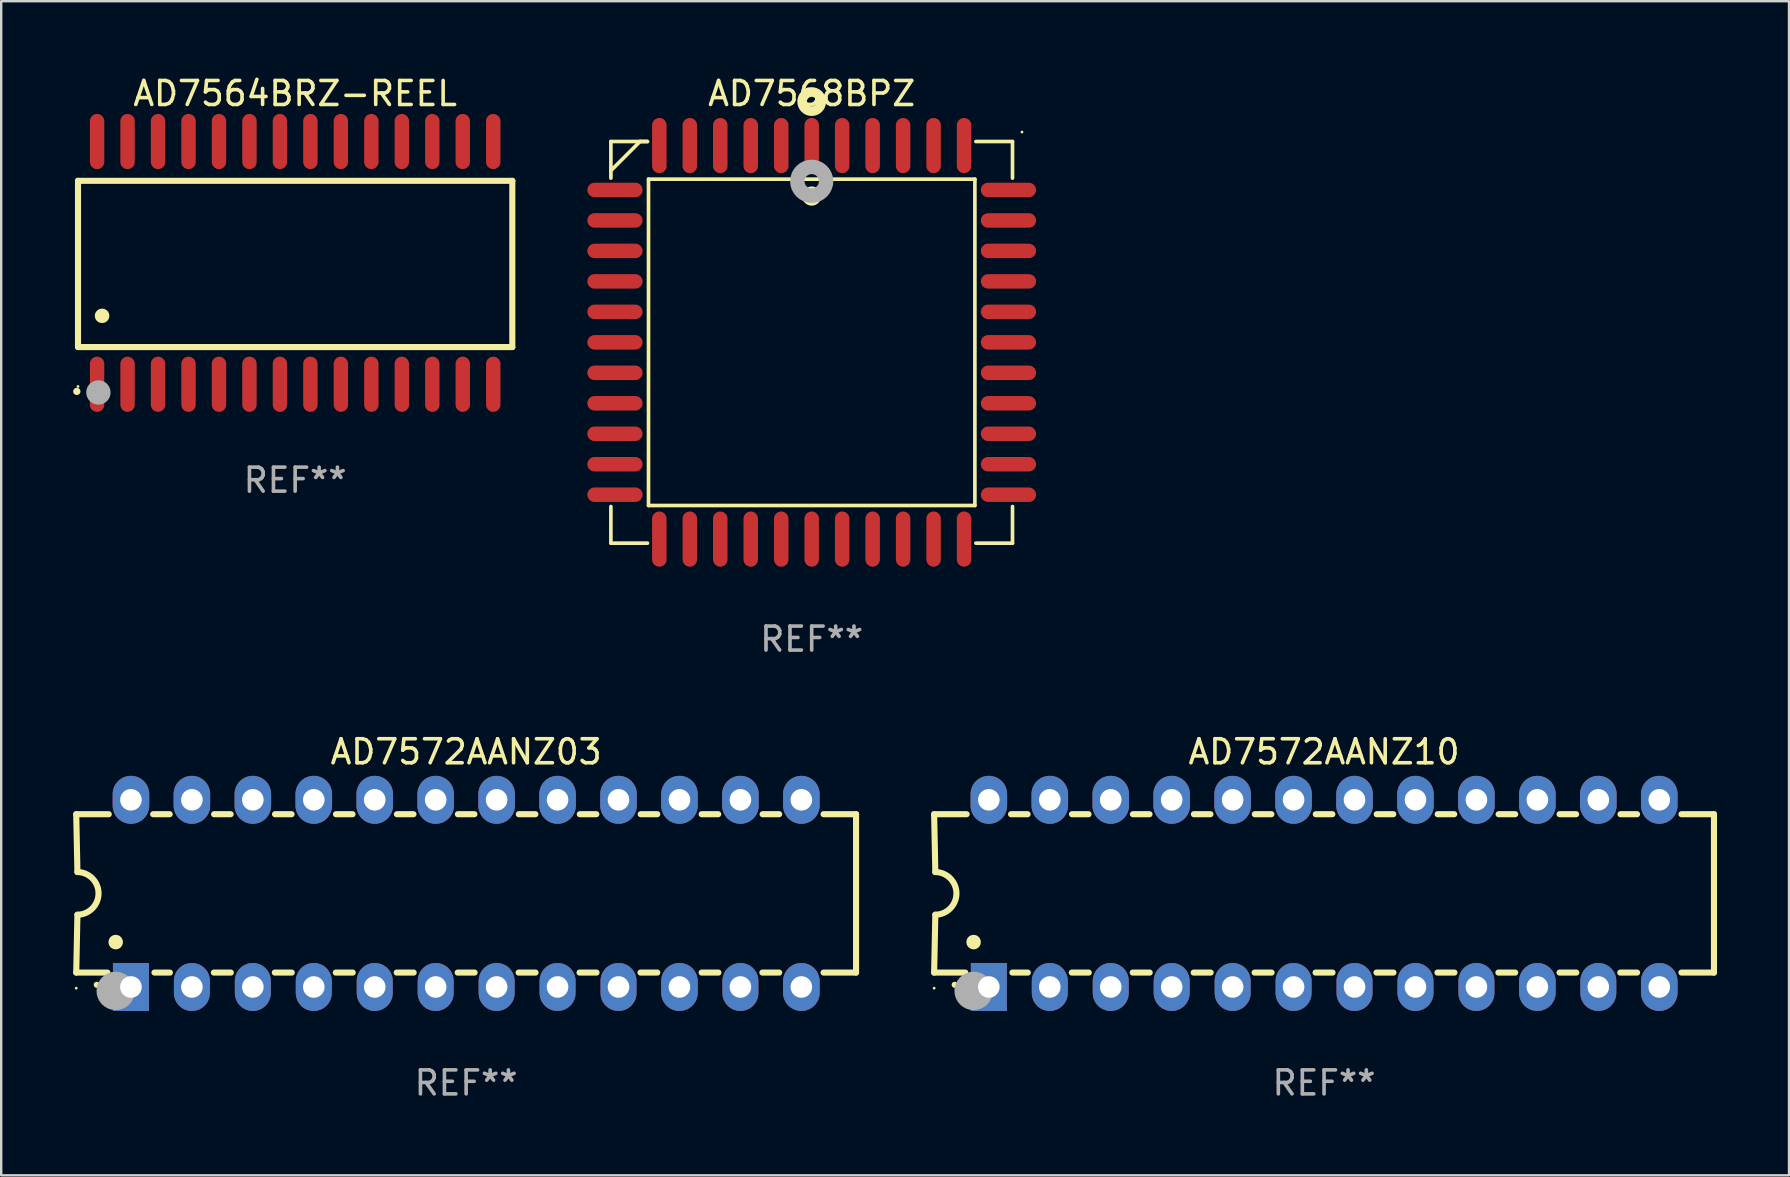
<source format=kicad_pcb>
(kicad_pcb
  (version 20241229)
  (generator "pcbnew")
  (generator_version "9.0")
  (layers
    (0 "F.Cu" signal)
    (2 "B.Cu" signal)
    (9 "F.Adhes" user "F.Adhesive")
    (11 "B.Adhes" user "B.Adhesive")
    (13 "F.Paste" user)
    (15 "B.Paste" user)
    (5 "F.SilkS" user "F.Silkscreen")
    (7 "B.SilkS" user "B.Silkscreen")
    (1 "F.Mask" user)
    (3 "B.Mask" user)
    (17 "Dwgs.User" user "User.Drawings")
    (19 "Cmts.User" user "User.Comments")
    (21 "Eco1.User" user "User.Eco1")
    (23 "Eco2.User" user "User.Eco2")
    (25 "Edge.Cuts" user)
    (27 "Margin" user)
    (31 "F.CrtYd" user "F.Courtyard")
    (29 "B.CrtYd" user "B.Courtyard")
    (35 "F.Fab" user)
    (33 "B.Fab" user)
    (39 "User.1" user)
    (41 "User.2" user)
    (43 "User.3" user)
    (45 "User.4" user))
  (footprint "AD7572AANZ03"
    (layer "F.Cu")
    (at 16.377 34.183)
    (property "Reference" "AD7572AANZ03" (at 0 -5.9 0) (layer "F.SilkS") (effects (font (size 1 1) (thickness 0.15))))
    (attr through_hole)
    (fp_line (start -16.25 -3.3) (end -16.2 -0.889) (stroke (width 0.254) (type solid)) (layer "F.SilkS"))
    (fp_line (start -16.25 -3.3) (end -14.895 -3.3) (stroke (width 0.254) (type solid)) (layer "F.SilkS"))
    (fp_line (start -16.25 3.3) (end -16.2 0.889) (stroke (width 0.254) (type solid)) (layer "F.SilkS"))
    (fp_line (start -16.25 3.3) (end -14.951 3.3) (stroke (width 0.254) (type solid)) (layer "F.SilkS"))
    (fp_line (start -13.045 -3.3) (end -12.355 -3.3) (stroke (width 0.254) (type solid)) (layer "F.SilkS"))
    (fp_line (start -12.989 3.3) (end -12.347 3.3) (stroke (width 0.254) (type solid)) (layer "F.SilkS"))
    (fp_line (start -10.514 3.3) (end -9.807 3.3) (stroke (width 0.254) (type solid)) (layer "F.SilkS"))
    (fp_line (start -10.505 -3.3) (end -9.815 -3.3) (stroke (width 0.254) (type solid)) (layer "F.SilkS"))
    (fp_line (start -7.974 3.3) (end -7.267 3.3) (stroke (width 0.254) (type solid)) (layer "F.SilkS"))
    (fp_line (start -7.965 -3.3) (end -7.275 -3.3) (stroke (width 0.254) (type solid)) (layer "F.SilkS"))
    (fp_line (start -5.434 3.3) (end -4.727 3.3) (stroke (width 0.254) (type solid)) (layer "F.SilkS"))
    (fp_line (start -5.425 -3.3) (end -4.735 -3.3) (stroke (width 0.254) (type solid)) (layer "F.SilkS"))
    (fp_line (start -2.894 3.3) (end -2.187 3.3) (stroke (width 0.254) (type solid)) (layer "F.SilkS"))
    (fp_line (start -2.885 -3.3) (end -2.195 -3.3) (stroke (width 0.254) (type solid)) (layer "F.SilkS"))
    (fp_line (start -0.354 3.3) (end 0.353 3.3) (stroke (width 0.254) (type solid)) (layer "F.SilkS"))
    (fp_line (start -0.345 -3.3) (end 0.345 -3.3) (stroke (width 0.254) (type solid)) (layer "F.SilkS"))
    (fp_line (start 2.186 3.3) (end 2.893 3.3) (stroke (width 0.254) (type solid)) (layer "F.SilkS"))
    (fp_line (start 2.195 -3.3) (end 2.885 -3.3) (stroke (width 0.254) (type solid)) (layer "F.SilkS"))
    (fp_line (start 4.726 3.3) (end 5.434 3.3) (stroke (width 0.254) (type solid)) (layer "F.SilkS"))
    (fp_line (start 4.735 -3.3) (end 5.425 -3.3) (stroke (width 0.254) (type solid)) (layer "F.SilkS"))
    (fp_line (start 7.266 3.3) (end 7.965 3.3) (stroke (width 0.254) (type solid)) (layer "F.SilkS"))
    (fp_line (start 7.275 -3.3) (end 7.965 -3.3) (stroke (width 0.254) (type solid)) (layer "F.SilkS"))
    (fp_line (start 9.815 -3.3) (end 10.505 -3.3) (stroke (width 0.254) (type solid)) (layer "F.SilkS"))
    (fp_line (start 9.815 3.3) (end 10.514 3.3) (stroke (width 0.254) (type solid)) (layer "F.SilkS"))
    (fp_line (start 12.346 3.3) (end 13.045 3.3) (stroke (width 0.254) (type solid)) (layer "F.SilkS"))
    (fp_line (start 12.355 -3.3) (end 13.045 -3.3) (stroke (width 0.254) (type solid)) (layer "F.SilkS"))
    (fp_line (start 16.25 -3.3) (end 14.895 -3.3) (stroke (width 0.254) (type solid)) (layer "F.SilkS"))
    (fp_line (start 16.25 -3.3) (end 16.25 3.3) (stroke (width 0.254) (type solid)) (layer "F.SilkS"))
    (fp_line (start 16.25 3.3) (end 14.895 3.3) (stroke (width 0.254) (type solid)) (layer "F.SilkS"))
    (fp_arc (start -16.201016 -0.890146) (mid -15.311429 -0.001055) (end -16.200025 0.889027) (stroke (width 0.254001) (type solid)) (layer "F.SilkS"))
    (fp_arc (start -15.394971 3.810033) (mid -15.394978 3.808763) (end -15.394971 3.807493) (stroke (width 0.25) (type solid)) (layer "F.SilkS"))
    (fp_arc (start -14.605029 2.032029) (mid -14.60504 2.029489) (end -14.605029 2.026949) (stroke (width 0.6) (type solid)) (layer "F.SilkS"))
    (fp_circle (center -16.25 3.95) (end -16.22 3.95) (stroke (width 0.06) (type solid)) (fill no) (layer "F.SilkS"))
    (fp_circle (center -14.605 4.064) (end -14.205 4.064) (stroke (width 0.8) (type solid)) (fill no) (layer "F.Fab"))
    (fp_text user "REF**" (at 0 7.9 0) (layer "F.Fab") (effects (font (size 1 1) (thickness 0.15))))
    (pad "1" thru_hole rect (at -13.97 3.9 90) (size 2 1.5) (drill 0.9) (layers "*.Cu" "*.Mask"))
    (pad "2" thru_hole oval (at -11.43 3.9 90) (size 2 1.5) (drill 0.9) (layers "*.Cu" "*.Mask"))
    (pad "3" thru_hole oval (at -8.89 3.9 90) (size 2 1.5) (drill 0.9) (layers "*.Cu" "*.Mask"))
    (pad "4" thru_hole oval (at -6.35 3.9 90) (size 2 1.5) (drill 0.9) (layers "*.Cu" "*.Mask"))
    (pad "5" thru_hole oval (at -3.81 3.9 90) (size 2 1.5) (drill 0.9) (layers "*.Cu" "*.Mask"))
    (pad "6" thru_hole oval (at -1.27 3.9 90) (size 2 1.5) (drill 0.9) (layers "*.Cu" "*.Mask"))
    (pad "7" thru_hole oval (at 1.27 3.9 90) (size 2 1.5) (drill 0.9) (layers "*.Cu" "*.Mask"))
    (pad "8" thru_hole oval (at 3.81 3.9 90) (size 2 1.5) (drill 0.9) (layers "*.Cu" "*.Mask"))
    (pad "9" thru_hole oval (at 6.35 3.9 90) (size 2 1.5) (drill 0.9) (layers "*.Cu" "*.Mask"))
    (pad "10" thru_hole oval (at 8.89 3.9 90) (size 2 1.524) (drill 0.9) (layers "*.Cu" "*.Mask"))
    (pad "11" thru_hole oval (at 11.43 3.9 90) (size 2 1.5) (drill 0.9) (layers "*.Cu" "*.Mask"))
    (pad "12" thru_hole oval (at 13.97 3.9 90) (size 2 1.524) (drill 0.9) (layers "*.Cu" "*.Mask"))
    (pad "13" thru_hole oval (at 13.97 -3.9 90) (size 2 1.524) (drill 0.9) (layers "*.Cu" "*.Mask"))
    (pad "14" thru_hole oval (at 11.43 -3.9 90) (size 2 1.524) (drill 0.9) (layers "*.Cu" "*.Mask"))
    (pad "15" thru_hole oval (at 8.89 -3.9 90) (size 2 1.524) (drill 0.9) (layers "*.Cu" "*.Mask"))
    (pad "16" thru_hole oval (at 6.35 -3.9 90) (size 2 1.524) (drill 0.9) (layers "*.Cu" "*.Mask"))
    (pad "17" thru_hole oval (at 3.81 -3.9 90) (size 2 1.524) (drill 0.9) (layers "*.Cu" "*.Mask"))
    (pad "18" thru_hole oval (at 1.27 -3.9 90) (size 2 1.524) (drill 0.9) (layers "*.Cu" "*.Mask"))
    (pad "19" thru_hole oval (at -1.27 -3.9 90) (size 2 1.524) (drill 0.9) (layers "*.Cu" "*.Mask"))
    (pad "20" thru_hole oval (at -3.81 -3.9 90) (size 2 1.524) (drill 0.9) (layers "*.Cu" "*.Mask"))
    (pad "21" thru_hole oval (at -6.35 -3.9 90) (size 2 1.524) (drill 0.9) (layers "*.Cu" "*.Mask"))
    (pad "22" thru_hole oval (at -8.89 -3.9 90) (size 2 1.524) (drill 0.9) (layers "*.Cu" "*.Mask"))
    (pad "23" thru_hole oval (at -11.43 -3.9 90) (size 2 1.524) (drill 0.9) (layers "*.Cu" "*.Mask"))
    (pad "24" thru_hole oval (at -13.97 -3.9 90) (size 2 1.524) (drill 0.9) (layers "*.Cu" "*.Mask")))
  (footprint "AD7568BPZ"
    (layer "F.Cu")
    (at 30.778 11.217)
    (property "Reference" "AD7568BPZ" (at 0 -10.369 0) (layer "F.SilkS") (effects (font (size 1 1) (thickness 0.15))))
    (attr through_hole)
    (fp_line (start -8.369 -8.369) (end -8.369 -6.843) (stroke (width 0.152) (type solid)) (layer "F.SilkS"))
    (fp_line (start -8.369 8.369) (end -8.369 6.843) (stroke (width 0.152) (type solid)) (layer "F.SilkS"))
    (fp_line (start -7.156 -8.369) (end -8.369 -7.156) (stroke (width 0.152) (type solid)) (layer "F.SilkS"))
    (fp_line (start -6.843 -8.369) (end -8.369 -8.369) (stroke (width 0.152) (type solid)) (layer "F.SilkS"))
    (fp_line (start -6.843 -8.369) (end -7.156 -8.369) (stroke (width 0.152) (type solid)) (layer "F.SilkS"))
    (fp_line (start -6.843 8.369) (end -8.369 8.369) (stroke (width 0.152) (type solid)) (layer "F.SilkS"))
    (fp_line (start -6.801 -6.801) (end 6.801 -6.801) (stroke (width 0.152) (type solid)) (layer "F.SilkS"))
    (fp_line (start -6.801 6.801) (end -6.801 -6.801) (stroke (width 0.152) (type solid)) (layer "F.SilkS"))
    (fp_line (start 6.801 -6.801) (end 6.801 6.801) (stroke (width 0.152) (type solid)) (layer "F.SilkS"))
    (fp_line (start 6.801 6.801) (end -6.801 6.801) (stroke (width 0.152) (type solid)) (layer "F.SilkS"))
    (fp_line (start 6.843 -8.369) (end 8.369 -8.369) (stroke (width 0.152) (type solid)) (layer "F.SilkS"))
    (fp_line (start 6.843 8.369) (end 8.369 8.369) (stroke (width 0.152) (type solid)) (layer "F.SilkS"))
    (fp_line (start 8.369 -8.369) (end 8.369 -6.843) (stroke (width 0.152) (type solid)) (layer "F.SilkS"))
    (fp_line (start 8.369 8.369) (end 8.369 6.843) (stroke (width 0.152) (type solid)) (layer "F.SilkS"))
    (fp_circle (center -0.000013 -6.096) (end 0.2 -6.096) (stroke (width 0.4) (type solid)) (fill no) (layer "F.SilkS"))
    (fp_circle (center 0.000114 -10.033) (end 0.2 -10.033) (stroke (width 0.4) (type solid)) (fill no) (layer "F.SilkS"))
    (fp_circle (center 8.763 -8.763) (end 8.793 -8.763) (stroke (width 0.06) (type solid)) (fill no) (layer "F.SilkS"))
    (fp_circle (center 0.000114 -6.712) (end 0.3 -6.712) (stroke (width 0.6) (type solid)) (fill no) (layer "F.Fab"))
    (fp_text user "REF**" (at 0 12.369 0) (layer "F.Fab") (effects (font (size 1 1) (thickness 0.15))))
    (pad "1" smd oval (at 0.000114 -8.2) (size 0.604 2.3) (layers "F.Cu" "F.Mask" "F.Paste"))
    (pad "2" smd oval (at -1.27 -8.2) (size 0.604 2.3) (layers "F.Cu" "F.Mask" "F.Paste"))
    (pad "3" smd oval (at -2.54 -8.2) (size 0.604 2.3) (layers "F.Cu" "F.Mask" "F.Paste"))
    (pad "4" smd oval (at -3.81 -8.2) (size 0.604 2.3) (layers "F.Cu" "F.Mask" "F.Paste"))
    (pad "5" smd oval (at -5.08 -8.2) (size 0.604 2.3) (layers "F.Cu" "F.Mask" "F.Paste"))
    (pad "6" smd oval (at -6.35 -8.2) (size 0.604 2.3) (layers "F.Cu" "F.Mask" "F.Paste"))
    (pad "7" smd oval (at -8.2 -6.35) (size 2.3 0.604) (layers "F.Cu" "F.Mask" "F.Paste"))
    (pad "8" smd oval (at -8.2 -5.08) (size 2.3 0.604) (layers "F.Cu" "F.Mask" "F.Paste"))
    (pad "9" smd oval (at -8.2 -3.81) (size 2.3 0.604) (layers "F.Cu" "F.Mask" "F.Paste"))
    (pad "10" smd oval (at -8.2 -2.54) (size 2.3 0.604) (layers "F.Cu" "F.Mask" "F.Paste"))
    (pad "11" smd oval (at -8.2 -1.27) (size 2.3 0.604) (layers "F.Cu" "F.Mask" "F.Paste"))
    (pad "12" smd oval (at -8.2 0.000127) (size 2.3 0.604) (layers "F.Cu" "F.Mask" "F.Paste"))
    (pad "13" smd oval (at -8.2 1.27) (size 2.3 0.604) (layers "F.Cu" "F.Mask" "F.Paste"))
    (pad "14" smd oval (at -8.2 2.54) (size 2.3 0.604) (layers "F.Cu" "F.Mask" "F.Paste"))
    (pad "15" smd oval (at -8.2 3.81) (size 2.3 0.604) (layers "F.Cu" "F.Mask" "F.Paste"))
    (pad "16" smd oval (at -8.2 5.08) (size 2.3 0.604) (layers "F.Cu" "F.Mask" "F.Paste"))
    (pad "17" smd oval (at -8.2 6.35) (size 2.3 0.604) (layers "F.Cu" "F.Mask" "F.Paste"))
    (pad "18" smd oval (at -6.35 8.2) (size 0.604 2.3) (layers "F.Cu" "F.Mask" "F.Paste"))
    (pad "19" smd oval (at -5.08 8.2) (size 0.604 2.3) (layers "F.Cu" "F.Mask" "F.Paste"))
    (pad "20" smd oval (at -3.81 8.2) (size 0.604 2.3) (layers "F.Cu" "F.Mask" "F.Paste"))
    (pad "21" smd oval (at -2.54 8.2) (size 0.604 2.3) (layers "F.Cu" "F.Mask" "F.Paste"))
    (pad "22" smd oval (at -1.27 8.2) (size 0.604 2.3) (layers "F.Cu" "F.Mask" "F.Paste"))
    (pad "23" smd oval (at 0.000114 8.2) (size 0.604 2.3) (layers "F.Cu" "F.Mask" "F.Paste"))
    (pad "24" smd oval (at 1.27 8.2) (size 0.604 2.3) (layers "F.Cu" "F.Mask" "F.Paste"))
    (pad "25" smd oval (at 2.54 8.2) (size 0.604 2.3) (layers "F.Cu" "F.Mask" "F.Paste"))
    (pad "26" smd oval (at 3.81 8.2) (size 0.604 2.3) (layers "F.Cu" "F.Mask" "F.Paste"))
    (pad "27" smd oval (at 5.08 8.2) (size 0.604 2.3) (layers "F.Cu" "F.Mask" "F.Paste"))
    (pad "28" smd oval (at 6.35 8.2) (size 0.604 2.3) (layers "F.Cu" "F.Mask" "F.Paste"))
    (pad "29" smd oval (at 8.2 6.35) (size 2.3 0.604) (layers "F.Cu" "F.Mask" "F.Paste"))
    (pad "30" smd oval (at 8.2 5.08) (size 2.3 0.604) (layers "F.Cu" "F.Mask" "F.Paste"))
    (pad "31" smd oval (at 8.2 3.81) (size 2.3 0.604) (layers "F.Cu" "F.Mask" "F.Paste"))
    (pad "32" smd oval (at 8.2 2.54) (size 2.3 0.604) (layers "F.Cu" "F.Mask" "F.Paste"))
    (pad "33" smd oval (at 8.2 1.27) (size 2.3 0.604) (layers "F.Cu" "F.Mask" "F.Paste"))
    (pad "34" smd oval (at 8.2 0.000127) (size 2.3 0.604) (layers "F.Cu" "F.Mask" "F.Paste"))
    (pad "35" smd oval (at 8.2 -1.27) (size 2.3 0.604) (layers "F.Cu" "F.Mask" "F.Paste"))
    (pad "36" smd oval (at 8.2 -2.54) (size 2.3 0.604) (layers "F.Cu" "F.Mask" "F.Paste"))
    (pad "37" smd oval (at 8.2 -3.81) (size 2.3 0.604) (layers "F.Cu" "F.Mask" "F.Paste"))
    (pad "38" smd oval (at 8.2 -5.08) (size 2.3 0.604) (layers "F.Cu" "F.Mask" "F.Paste"))
    (pad "39" smd oval (at 8.2 -6.35) (size 2.3 0.604) (layers "F.Cu" "F.Mask" "F.Paste"))
    (pad "40" smd oval (at 6.35 -8.2) (size 0.604 2.3) (layers "F.Cu" "F.Mask" "F.Paste"))
    (pad "41" smd oval (at 5.08 -8.2) (size 0.604 2.3) (layers "F.Cu" "F.Mask" "F.Paste"))
    (pad "42" smd oval (at 3.81 -8.2) (size 0.604 2.3) (layers "F.Cu" "F.Mask" "F.Paste"))
    (pad "43" smd oval (at 2.54 -8.2) (size 0.604 2.3) (layers "F.Cu" "F.Mask" "F.Paste"))
    (pad "44" smd oval (at 1.27 -8.2) (size 0.604 2.3) (layers "F.Cu" "F.Mask" "F.Paste")))
  (footprint "AD7572AANZ10"
    (layer "F.Cu")
    (at 52.131 34.183)
    (property "Reference" "AD7572AANZ10" (at 0 -5.9 0) (layer "F.SilkS") (effects (font (size 1 1) (thickness 0.15))))
    (attr through_hole)
    (fp_line (start -16.25 -3.3) (end -16.2 -0.889) (stroke (width 0.254) (type solid)) (layer "F.SilkS"))
    (fp_line (start -16.25 -3.3) (end -14.895 -3.3) (stroke (width 0.254) (type solid)) (layer "F.SilkS"))
    (fp_line (start -16.25 3.3) (end -16.2 0.889) (stroke (width 0.254) (type solid)) (layer "F.SilkS"))
    (fp_line (start -16.25 3.3) (end -14.951 3.3) (stroke (width 0.254) (type solid)) (layer "F.SilkS"))
    (fp_line (start -13.045 -3.3) (end -12.355 -3.3) (stroke (width 0.254) (type solid)) (layer "F.SilkS"))
    (fp_line (start -12.989 3.3) (end -12.347 3.3) (stroke (width 0.254) (type solid)) (layer "F.SilkS"))
    (fp_line (start -10.514 3.3) (end -9.807 3.3) (stroke (width 0.254) (type solid)) (layer "F.SilkS"))
    (fp_line (start -10.505 -3.3) (end -9.815 -3.3) (stroke (width 0.254) (type solid)) (layer "F.SilkS"))
    (fp_line (start -7.974 3.3) (end -7.267 3.3) (stroke (width 0.254) (type solid)) (layer "F.SilkS"))
    (fp_line (start -7.965 -3.3) (end -7.275 -3.3) (stroke (width 0.254) (type solid)) (layer "F.SilkS"))
    (fp_line (start -5.434 3.3) (end -4.727 3.3) (stroke (width 0.254) (type solid)) (layer "F.SilkS"))
    (fp_line (start -5.425 -3.3) (end -4.735 -3.3) (stroke (width 0.254) (type solid)) (layer "F.SilkS"))
    (fp_line (start -2.894 3.3) (end -2.187 3.3) (stroke (width 0.254) (type solid)) (layer "F.SilkS"))
    (fp_line (start -2.885 -3.3) (end -2.195 -3.3) (stroke (width 0.254) (type solid)) (layer "F.SilkS"))
    (fp_line (start -0.354 3.3) (end 0.353 3.3) (stroke (width 0.254) (type solid)) (layer "F.SilkS"))
    (fp_line (start -0.345 -3.3) (end 0.345 -3.3) (stroke (width 0.254) (type solid)) (layer "F.SilkS"))
    (fp_line (start 2.186 3.3) (end 2.893 3.3) (stroke (width 0.254) (type solid)) (layer "F.SilkS"))
    (fp_line (start 2.195 -3.3) (end 2.885 -3.3) (stroke (width 0.254) (type solid)) (layer "F.SilkS"))
    (fp_line (start 4.726 3.3) (end 5.434 3.3) (stroke (width 0.254) (type solid)) (layer "F.SilkS"))
    (fp_line (start 4.735 -3.3) (end 5.425 -3.3) (stroke (width 0.254) (type solid)) (layer "F.SilkS"))
    (fp_line (start 7.266 3.3) (end 7.965 3.3) (stroke (width 0.254) (type solid)) (layer "F.SilkS"))
    (fp_line (start 7.275 -3.3) (end 7.965 -3.3) (stroke (width 0.254) (type solid)) (layer "F.SilkS"))
    (fp_line (start 9.815 -3.3) (end 10.505 -3.3) (stroke (width 0.254) (type solid)) (layer "F.SilkS"))
    (fp_line (start 9.815 3.3) (end 10.514 3.3) (stroke (width 0.254) (type solid)) (layer "F.SilkS"))
    (fp_line (start 12.346 3.3) (end 13.045 3.3) (stroke (width 0.254) (type solid)) (layer "F.SilkS"))
    (fp_line (start 12.355 -3.3) (end 13.045 -3.3) (stroke (width 0.254) (type solid)) (layer "F.SilkS"))
    (fp_line (start 16.25 -3.3) (end 14.895 -3.3) (stroke (width 0.254) (type solid)) (layer "F.SilkS"))
    (fp_line (start 16.25 -3.3) (end 16.25 3.3) (stroke (width 0.254) (type solid)) (layer "F.SilkS"))
    (fp_line (start 16.25 3.3) (end 14.895 3.3) (stroke (width 0.254) (type solid)) (layer "F.SilkS"))
    (fp_arc (start -16.201016 -0.890146) (mid -15.311429 -0.001055) (end -16.200025 0.889027) (stroke (width 0.254001) (type solid)) (layer "F.SilkS"))
    (fp_arc (start -15.394971 3.810033) (mid -15.394978 3.808763) (end -15.394971 3.807493) (stroke (width 0.25) (type solid)) (layer "F.SilkS"))
    (fp_arc (start -14.605029 2.032029) (mid -14.60504 2.029489) (end -14.605029 2.026949) (stroke (width 0.6) (type solid)) (layer "F.SilkS"))
    (fp_circle (center -16.25 3.95) (end -16.22 3.95) (stroke (width 0.06) (type solid)) (fill no) (layer "F.SilkS"))
    (fp_circle (center -14.605 4.064) (end -14.205 4.064) (stroke (width 0.8) (type solid)) (fill no) (layer "F.Fab"))
    (fp_text user "REF**" (at 0 7.9 0) (layer "F.Fab") (effects (font (size 1 1) (thickness 0.15))))
    (pad "1" thru_hole rect (at -13.97 3.9 90) (size 2 1.5) (drill 0.9) (layers "*.Cu" "*.Mask"))
    (pad "2" thru_hole oval (at -11.43 3.9 90) (size 2 1.5) (drill 0.9) (layers "*.Cu" "*.Mask"))
    (pad "3" thru_hole oval (at -8.89 3.9 90) (size 2 1.5) (drill 0.9) (layers "*.Cu" "*.Mask"))
    (pad "4" thru_hole oval (at -6.35 3.9 90) (size 2 1.5) (drill 0.9) (layers "*.Cu" "*.Mask"))
    (pad "5" thru_hole oval (at -3.81 3.9 90) (size 2 1.5) (drill 0.9) (layers "*.Cu" "*.Mask"))
    (pad "6" thru_hole oval (at -1.27 3.9 90) (size 2 1.5) (drill 0.9) (layers "*.Cu" "*.Mask"))
    (pad "7" thru_hole oval (at 1.27 3.9 90) (size 2 1.5) (drill 0.9) (layers "*.Cu" "*.Mask"))
    (pad "8" thru_hole oval (at 3.81 3.9 90) (size 2 1.5) (drill 0.9) (layers "*.Cu" "*.Mask"))
    (pad "9" thru_hole oval (at 6.35 3.9 90) (size 2 1.5) (drill 0.9) (layers "*.Cu" "*.Mask"))
    (pad "10" thru_hole oval (at 8.89 3.9 90) (size 2 1.524) (drill 0.9) (layers "*.Cu" "*.Mask"))
    (pad "11" thru_hole oval (at 11.43 3.9 90) (size 2 1.5) (drill 0.9) (layers "*.Cu" "*.Mask"))
    (pad "12" thru_hole oval (at 13.97 3.9 90) (size 2 1.524) (drill 0.9) (layers "*.Cu" "*.Mask"))
    (pad "13" thru_hole oval (at 13.97 -3.9 90) (size 2 1.524) (drill 0.9) (layers "*.Cu" "*.Mask"))
    (pad "14" thru_hole oval (at 11.43 -3.9 90) (size 2 1.524) (drill 0.9) (layers "*.Cu" "*.Mask"))
    (pad "15" thru_hole oval (at 8.89 -3.9 90) (size 2 1.524) (drill 0.9) (layers "*.Cu" "*.Mask"))
    (pad "16" thru_hole oval (at 6.35 -3.9 90) (size 2 1.524) (drill 0.9) (layers "*.Cu" "*.Mask"))
    (pad "17" thru_hole oval (at 3.81 -3.9 90) (size 2 1.524) (drill 0.9) (layers "*.Cu" "*.Mask"))
    (pad "18" thru_hole oval (at 1.27 -3.9 90) (size 2 1.524) (drill 0.9) (layers "*.Cu" "*.Mask"))
    (pad "19" thru_hole oval (at -1.27 -3.9 90) (size 2 1.524) (drill 0.9) (layers "*.Cu" "*.Mask"))
    (pad "20" thru_hole oval (at -3.81 -3.9 90) (size 2 1.524) (drill 0.9) (layers "*.Cu" "*.Mask"))
    (pad "21" thru_hole oval (at -6.35 -3.9 90) (size 2 1.524) (drill 0.9) (layers "*.Cu" "*.Mask"))
    (pad "22" thru_hole oval (at -8.89 -3.9 90) (size 2 1.524) (drill 0.9) (layers "*.Cu" "*.Mask"))
    (pad "23" thru_hole oval (at -11.43 -3.9 90) (size 2 1.524) (drill 0.9) (layers "*.Cu" "*.Mask"))
    (pad "24" thru_hole oval (at -13.97 -3.9 90) (size 2 1.524) (drill 0.9) (layers "*.Cu" "*.Mask")))
  (footprint "AD7564BRZ-REEL"
    (layer "F.Cu")
    (at 9.251 7.906)
    (property "Reference" "AD7564BRZ-REEL" (at 0 -7.058 0) (layer "F.SilkS") (effects (font (size 1 1) (thickness 0.15))))
    (attr through_hole)
    (fp_line (start -9.05 -3.42) (end 9.05 -3.42) (stroke (width 0.254) (type solid)) (layer "F.SilkS"))
    (fp_line (start -9.05 -2.492) (end -9.05 -3.42) (stroke (width 0.254) (type solid)) (layer "F.SilkS"))
    (fp_line (start -9.05 3.508) (end -9.05 -2.492) (stroke (width 0.254) (type solid)) (layer "F.SilkS"))
    (fp_line (start 9.05 -3.42) (end 9.05 3.508) (stroke (width 0.254) (type solid)) (layer "F.SilkS"))
    (fp_line (start 9.05 3.508) (end -9.05 3.508) (stroke (width 0.254) (type solid)) (layer "F.SilkS"))
    (fp_arc (start -9.100838 5.35649) (mid -9.099568 5.356485) (end -9.098298 5.35649) (stroke (width 0.3) (type solid)) (layer "F.SilkS"))
    (fp_arc (start -8.049276 2.206883) (mid -8.046736 2.206872) (end -8.044196 2.206883) (stroke (width 0.6) (type solid)) (layer "F.SilkS"))
    (fp_circle (center -9.05 5.15) (end -9.02 5.15) (stroke (width 0.06) (type solid)) (fill no) (layer "F.SilkS"))
    (fp_circle (center -8.2 5.4) (end -7.946 5.4) (stroke (width 0.508) (type solid)) (fill no) (layer "F.Fab"))
    (fp_text user "REF**" (at 0 9.058 0) (layer "F.Fab") (effects (font (size 1 1) (thickness 0.15))))
    (pad "1" smd oval (at -8.255 5.058 180) (size 0.6 2.3) (layers "F.Cu" "F.Mask" "F.Paste"))
    (pad "2" smd oval (at -6.985 5.058 180) (size 0.6 2.3) (layers "F.Cu" "F.Mask" "F.Paste"))
    (pad "3" smd oval (at -5.715 5.058 180) (size 0.6 2.3) (layers "F.Cu" "F.Mask" "F.Paste"))
    (pad "4" smd oval (at -4.445 5.058 180) (size 0.6 2.3) (layers "F.Cu" "F.Mask" "F.Paste"))
    (pad "5" smd oval (at -3.175 5.058 180) (size 0.6 2.3) (layers "F.Cu" "F.Mask" "F.Paste"))
    (pad "6" smd oval (at -1.905 5.058 180) (size 0.6 2.3) (layers "F.Cu" "F.Mask" "F.Paste"))
    (pad "7" smd oval (at -0.635 5.058 180) (size 0.6 2.3) (layers "F.Cu" "F.Mask" "F.Paste"))
    (pad "8" smd oval (at 0.635 5.058 180) (size 0.6 2.3) (layers "F.Cu" "F.Mask" "F.Paste"))
    (pad "9" smd oval (at 1.905 5.058 180) (size 0.6 2.3) (layers "F.Cu" "F.Mask" "F.Paste"))
    (pad "10" smd oval (at 3.175 5.058 180) (size 0.6 2.3) (layers "F.Cu" "F.Mask" "F.Paste"))
    (pad "11" smd oval (at 4.445 5.058 180) (size 0.6 2.3) (layers "F.Cu" "F.Mask" "F.Paste"))
    (pad "12" smd oval (at 5.715 5.058 180) (size 0.6 2.3) (layers "F.Cu" "F.Mask" "F.Paste"))
    (pad "13" smd oval (at 6.985 5.058 180) (size 0.6 2.3) (layers "F.Cu" "F.Mask" "F.Paste"))
    (pad "14" smd oval (at 8.255 5.058 180) (size 0.6 2.3) (layers "F.Cu" "F.Mask" "F.Paste"))
    (pad "15" smd oval (at 8.255 -5.058 180) (size 0.6 2.3) (layers "F.Cu" "F.Mask" "F.Paste"))
    (pad "16" smd oval (at 6.985 -5.058 180) (size 0.6 2.3) (layers "F.Cu" "F.Mask" "F.Paste"))
    (pad "17" smd oval (at 5.715 -5.058 180) (size 0.6 2.3) (layers "F.Cu" "F.Mask" "F.Paste"))
    (pad "18" smd oval (at 4.445 -5.058 180) (size 0.6 2.3) (layers "F.Cu" "F.Mask" "F.Paste"))
    (pad "19" smd oval (at 3.175 -5.058 180) (size 0.6 2.3) (layers "F.Cu" "F.Mask" "F.Paste"))
    (pad "20" smd oval (at 1.905 -5.058 180) (size 0.6 2.3) (layers "F.Cu" "F.Mask" "F.Paste"))
    (pad "21" smd oval (at 0.635 -5.058 180) (size 0.6 2.3) (layers "F.Cu" "F.Mask" "F.Paste"))
    (pad "22" smd oval (at -0.635 -5.058 180) (size 0.6 2.3) (layers "F.Cu" "F.Mask" "F.Paste"))
    (pad "23" smd oval (at -1.905 -5.058 180) (size 0.6 2.3) (layers "F.Cu" "F.Mask" "F.Paste"))
    (pad "24" smd oval (at -3.175 -5.058 180) (size 0.6 2.3) (layers "F.Cu" "F.Mask" "F.Paste"))
    (pad "25" smd oval (at -4.445 -5.058 180) (size 0.6 2.3) (layers "F.Cu" "F.Mask" "F.Paste"))
    (pad "26" smd oval (at -5.715 -5.058 180) (size 0.6 2.3) (layers "F.Cu" "F.Mask" "F.Paste"))
    (pad "27" smd oval (at -6.985 -5.058 180) (size 0.6 2.3) (layers "F.Cu" "F.Mask" "F.Paste"))
    (pad "28" smd oval (at -8.255 -5.058 180) (size 0.6 2.3) (layers "F.Cu" "F.Mask" "F.Paste")))
  (gr_rect
    (start -3 -3)
    (end 71.508 45.932)
    (stroke (width 0.1) (type default))
    (fill no)
    (layer "Edge.Cuts")))
</source>
